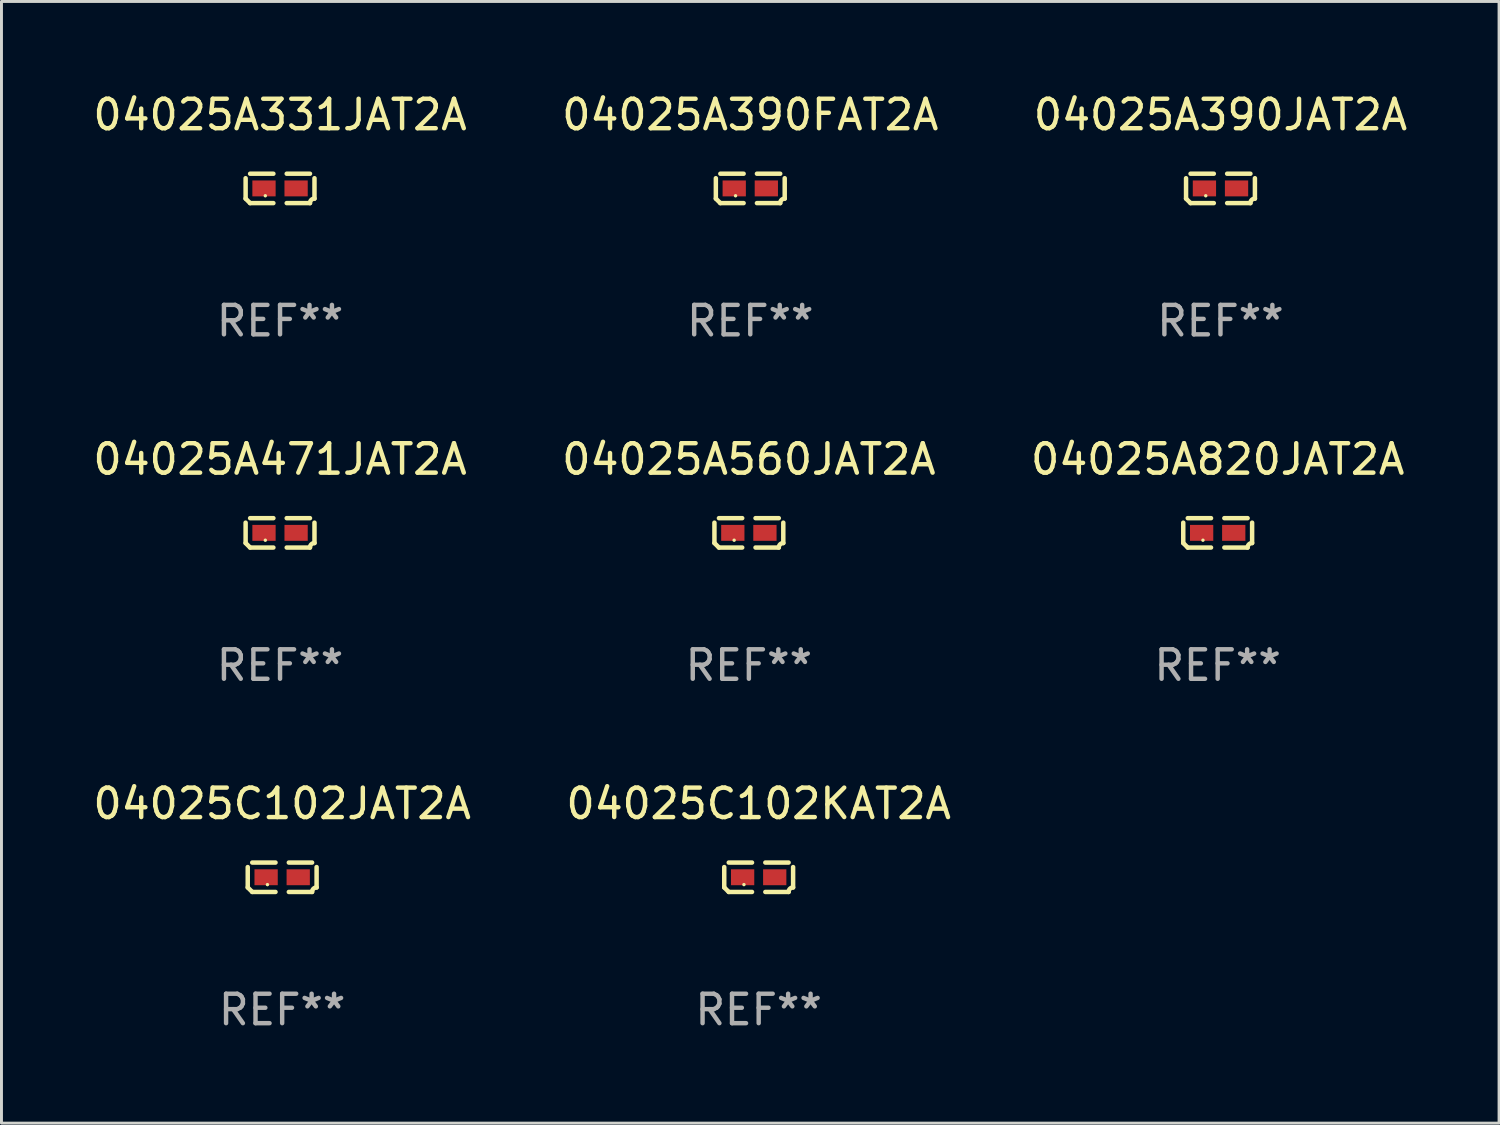
<source format=kicad_pcb>
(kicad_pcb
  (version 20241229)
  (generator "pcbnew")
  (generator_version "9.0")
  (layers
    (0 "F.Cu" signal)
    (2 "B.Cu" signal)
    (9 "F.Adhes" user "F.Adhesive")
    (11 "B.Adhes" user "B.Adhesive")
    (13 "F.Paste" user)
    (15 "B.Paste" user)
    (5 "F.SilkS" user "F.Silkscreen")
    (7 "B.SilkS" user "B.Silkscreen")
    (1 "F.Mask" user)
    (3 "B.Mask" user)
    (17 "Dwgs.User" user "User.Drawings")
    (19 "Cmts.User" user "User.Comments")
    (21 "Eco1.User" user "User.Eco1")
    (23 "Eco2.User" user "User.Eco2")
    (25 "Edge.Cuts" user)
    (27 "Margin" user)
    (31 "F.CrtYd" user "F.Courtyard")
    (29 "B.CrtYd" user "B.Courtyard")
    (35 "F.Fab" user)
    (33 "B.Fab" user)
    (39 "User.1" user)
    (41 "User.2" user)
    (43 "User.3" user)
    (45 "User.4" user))
  (footprint "04025C102JAT2A"
    (layer "F.Cu")
    (at 6.53 26.734)
    (property "Reference" "04025C102JAT2A" (at 0 -2.499 0) (layer "F.SilkS") (effects (font (size 1 1) (thickness 0.15))))
    (attr through_hole)
    (fp_line (start -1.169 0.346) (end -1.169 -0.346) (stroke (width 0.152) (type solid)) (layer "F.SilkS"))
    (fp_line (start -1.016 -0.499) (end -0.226 -0.499) (stroke (width 0.152) (type solid)) (layer "F.SilkS"))
    (fp_line (start -0.226 0.499) (end -1.016 0.499) (stroke (width 0.152) (type solid)) (layer "F.SilkS"))
    (fp_line (start 0.226 0.499) (end 1.016 0.499) (stroke (width 0.152) (type solid)) (layer "F.SilkS"))
    (fp_line (start 1.016 -0.499) (end 0.226 -0.499) (stroke (width 0.152) (type solid)) (layer "F.SilkS"))
    (fp_line (start 1.169 0.346) (end 1.169 -0.346) (stroke (width 0.152) (type solid)) (layer "F.SilkS"))
    (fp_arc (start -1.016307 0.498603) (mid -1.092512 0.422405) (end -1.16871 0.3462) (stroke (width 0.1524) (type solid)) (layer "F.SilkS"))
    (fp_arc (start 1.016307 0.498603) (mid 1.060899 0.390758) (end 1.168707 0.346076) (stroke (width 0.1524) (type solid)) (layer "F.SilkS"))
    (fp_circle (center -0.5 0.25) (end -0.47 0.25) (stroke (width 0.06) (type solid)) (fill no) (layer "F.SilkS"))
    (fp_text user "REF**" (at 0 4.499 0) (layer "F.Fab") (effects (font (size 1 1) (thickness 0.15))))
    (pad "1" smd rect (at -0.545 0) (size 0.79 0.54) (layers "F.Cu" "F.Mask" "F.Paste"))
    (pad "2" smd rect (at 0.545 0) (size 0.79 0.54) (layers "F.Cu" "F.Mask" "F.Paste")))
  (footprint "04025A390JAT2A"
    (layer "F.Cu")
    (at 38.387 3.347)
    (property "Reference" "04025A390JAT2A" (at 0 -2.499 0) (layer "F.SilkS") (effects (font (size 1 1) (thickness 0.15))))
    (attr through_hole)
    (fp_line (start -1.169 0.346) (end -1.169 -0.346) (stroke (width 0.152) (type solid)) (layer "F.SilkS"))
    (fp_line (start -1.016 -0.499) (end -0.226 -0.499) (stroke (width 0.152) (type solid)) (layer "F.SilkS"))
    (fp_line (start -0.226 0.499) (end -1.016 0.499) (stroke (width 0.152) (type solid)) (layer "F.SilkS"))
    (fp_line (start 0.226 0.499) (end 1.016 0.499) (stroke (width 0.152) (type solid)) (layer "F.SilkS"))
    (fp_line (start 1.016 -0.499) (end 0.226 -0.499) (stroke (width 0.152) (type solid)) (layer "F.SilkS"))
    (fp_line (start 1.169 0.346) (end 1.169 -0.346) (stroke (width 0.152) (type solid)) (layer "F.SilkS"))
    (fp_arc (start -1.016307 0.498603) (mid -1.092512 0.422405) (end -1.16871 0.3462) (stroke (width 0.1524) (type solid)) (layer "F.SilkS"))
    (fp_arc (start 1.016307 0.498603) (mid 1.060899 0.390758) (end 1.168707 0.346076) (stroke (width 0.1524) (type solid)) (layer "F.SilkS"))
    (fp_circle (center -0.5 0.25) (end -0.47 0.25) (stroke (width 0.06) (type solid)) (fill no) (layer "F.SilkS"))
    (fp_text user "REF**" (at 0 4.499 0) (layer "F.Fab") (effects (font (size 1 1) (thickness 0.15))))
    (pad "1" smd rect (at -0.545 0) (size 0.79 0.54) (layers "F.Cu" "F.Mask" "F.Paste"))
    (pad "2" smd rect (at 0.545 0) (size 0.79 0.54) (layers "F.Cu" "F.Mask" "F.Paste")))
  (footprint "04025C102KAT2A"
    (layer "F.Cu")
    (at 22.708 26.734)
    (property "Reference" "04025C102KAT2A" (at 0 -2.499 0) (layer "F.SilkS") (effects (font (size 1 1) (thickness 0.15))))
    (attr through_hole)
    (fp_line (start -1.169 0.346) (end -1.169 -0.346) (stroke (width 0.152) (type solid)) (layer "F.SilkS"))
    (fp_line (start -1.016 -0.499) (end -0.226 -0.499) (stroke (width 0.152) (type solid)) (layer "F.SilkS"))
    (fp_line (start -0.226 0.499) (end -1.016 0.499) (stroke (width 0.152) (type solid)) (layer "F.SilkS"))
    (fp_line (start 0.226 0.499) (end 1.016 0.499) (stroke (width 0.152) (type solid)) (layer "F.SilkS"))
    (fp_line (start 1.016 -0.499) (end 0.226 -0.499) (stroke (width 0.152) (type solid)) (layer "F.SilkS"))
    (fp_line (start 1.169 0.346) (end 1.169 -0.346) (stroke (width 0.152) (type solid)) (layer "F.SilkS"))
    (fp_arc (start -1.016307 0.498603) (mid -1.092512 0.422405) (end -1.16871 0.3462) (stroke (width 0.1524) (type solid)) (layer "F.SilkS"))
    (fp_arc (start 1.016307 0.498603) (mid 1.060899 0.390758) (end 1.168707 0.346076) (stroke (width 0.1524) (type solid)) (layer "F.SilkS"))
    (fp_circle (center -0.5 0.25) (end -0.47 0.25) (stroke (width 0.06) (type solid)) (fill no) (layer "F.SilkS"))
    (fp_text user "REF**" (at 0 4.499 0) (layer "F.Fab") (effects (font (size 1 1) (thickness 0.15))))
    (pad "1" smd rect (at -0.545 0) (size 0.79 0.54) (layers "F.Cu" "F.Mask" "F.Paste"))
    (pad "2" smd rect (at 0.545 0) (size 0.79 0.54) (layers "F.Cu" "F.Mask" "F.Paste")))
  (footprint "04025A560JAT2A"
    (layer "F.Cu")
    (at 22.375 15.041)
    (property "Reference" "04025A560JAT2A" (at 0 -2.499 0) (layer "F.SilkS") (effects (font (size 1 1) (thickness 0.15))))
    (attr through_hole)
    (fp_line (start -1.169 0.346) (end -1.169 -0.346) (stroke (width 0.152) (type solid)) (layer "F.SilkS"))
    (fp_line (start -1.016 -0.499) (end -0.226 -0.499) (stroke (width 0.152) (type solid)) (layer "F.SilkS"))
    (fp_line (start -0.226 0.499) (end -1.016 0.499) (stroke (width 0.152) (type solid)) (layer "F.SilkS"))
    (fp_line (start 0.226 0.499) (end 1.016 0.499) (stroke (width 0.152) (type solid)) (layer "F.SilkS"))
    (fp_line (start 1.016 -0.499) (end 0.226 -0.499) (stroke (width 0.152) (type solid)) (layer "F.SilkS"))
    (fp_line (start 1.169 0.346) (end 1.169 -0.346) (stroke (width 0.152) (type solid)) (layer "F.SilkS"))
    (fp_arc (start -1.016307 0.498603) (mid -1.092512 0.422405) (end -1.16871 0.3462) (stroke (width 0.1524) (type solid)) (layer "F.SilkS"))
    (fp_arc (start 1.016307 0.498603) (mid 1.060899 0.390758) (end 1.168707 0.346076) (stroke (width 0.1524) (type solid)) (layer "F.SilkS"))
    (fp_circle (center -0.5 0.25) (end -0.47 0.25) (stroke (width 0.06) (type solid)) (fill no) (layer "F.SilkS"))
    (fp_text user "REF**" (at 0 4.499 0) (layer "F.Fab") (effects (font (size 1 1) (thickness 0.15))))
    (pad "1" smd rect (at -0.545 0) (size 0.79 0.54) (layers "F.Cu" "F.Mask" "F.Paste"))
    (pad "2" smd rect (at 0.545 0) (size 0.79 0.54) (layers "F.Cu" "F.Mask" "F.Paste")))
  (footprint "04025A820JAT2A"
    (layer "F.Cu")
    (at 38.292 15.041)
    (property "Reference" "04025A820JAT2A" (at 0 -2.499 0) (layer "F.SilkS") (effects (font (size 1 1) (thickness 0.15))))
    (attr through_hole)
    (fp_line (start -1.169 0.346) (end -1.169 -0.346) (stroke (width 0.152) (type solid)) (layer "F.SilkS"))
    (fp_line (start -1.016 -0.499) (end -0.226 -0.499) (stroke (width 0.152) (type solid)) (layer "F.SilkS"))
    (fp_line (start -0.226 0.499) (end -1.016 0.499) (stroke (width 0.152) (type solid)) (layer "F.SilkS"))
    (fp_line (start 0.226 0.499) (end 1.016 0.499) (stroke (width 0.152) (type solid)) (layer "F.SilkS"))
    (fp_line (start 1.016 -0.499) (end 0.226 -0.499) (stroke (width 0.152) (type solid)) (layer "F.SilkS"))
    (fp_line (start 1.169 0.346) (end 1.169 -0.346) (stroke (width 0.152) (type solid)) (layer "F.SilkS"))
    (fp_arc (start -1.016307 0.498603) (mid -1.092512 0.422405) (end -1.16871 0.3462) (stroke (width 0.1524) (type solid)) (layer "F.SilkS"))
    (fp_arc (start 1.016307 0.498603) (mid 1.060899 0.390758) (end 1.168707 0.346076) (stroke (width 0.1524) (type solid)) (layer "F.SilkS"))
    (fp_circle (center -0.5 0.25) (end -0.47 0.25) (stroke (width 0.06) (type solid)) (fill no) (layer "F.SilkS"))
    (fp_text user "REF**" (at 0 4.499 0) (layer "F.Fab") (effects (font (size 1 1) (thickness 0.15))))
    (pad "1" smd rect (at -0.545 0) (size 0.79 0.54) (layers "F.Cu" "F.Mask" "F.Paste"))
    (pad "2" smd rect (at 0.545 0) (size 0.79 0.54) (layers "F.Cu" "F.Mask" "F.Paste")))
  (footprint "04025A331JAT2A"
    (layer "F.Cu")
    (at 6.458 3.347)
    (property "Reference" "04025A331JAT2A" (at 0 -2.499 0) (layer "F.SilkS") (effects (font (size 1 1) (thickness 0.15))))
    (attr through_hole)
    (fp_line (start -1.169 0.346) (end -1.169 -0.346) (stroke (width 0.152) (type solid)) (layer "F.SilkS"))
    (fp_line (start -1.016 -0.499) (end -0.226 -0.499) (stroke (width 0.152) (type solid)) (layer "F.SilkS"))
    (fp_line (start -0.226 0.499) (end -1.016 0.499) (stroke (width 0.152) (type solid)) (layer "F.SilkS"))
    (fp_line (start 0.226 0.499) (end 1.016 0.499) (stroke (width 0.152) (type solid)) (layer "F.SilkS"))
    (fp_line (start 1.016 -0.499) (end 0.226 -0.499) (stroke (width 0.152) (type solid)) (layer "F.SilkS"))
    (fp_line (start 1.169 0.346) (end 1.169 -0.346) (stroke (width 0.152) (type solid)) (layer "F.SilkS"))
    (fp_arc (start -1.016307 0.498603) (mid -1.092512 0.422405) (end -1.16871 0.3462) (stroke (width 0.1524) (type solid)) (layer "F.SilkS"))
    (fp_arc (start 1.016307 0.498603) (mid 1.060899 0.390758) (end 1.168707 0.346076) (stroke (width 0.1524) (type solid)) (layer "F.SilkS"))
    (fp_circle (center -0.5 0.25) (end -0.47 0.25) (stroke (width 0.06) (type solid)) (fill no) (layer "F.SilkS"))
    (fp_text user "REF**" (at 0 4.499 0) (layer "F.Fab") (effects (font (size 1 1) (thickness 0.15))))
    (pad "1" smd rect (at -0.545 0) (size 0.79 0.54) (layers "F.Cu" "F.Mask" "F.Paste"))
    (pad "2" smd rect (at 0.545 0) (size 0.79 0.54) (layers "F.Cu" "F.Mask" "F.Paste")))
  (footprint "04025A471JAT2A"
    (layer "F.Cu")
    (at 6.458 15.041)
    (property "Reference" "04025A471JAT2A" (at 0 -2.499 0) (layer "F.SilkS") (effects (font (size 1 1) (thickness 0.15))))
    (attr through_hole)
    (fp_line (start -1.169 0.346) (end -1.169 -0.346) (stroke (width 0.152) (type solid)) (layer "F.SilkS"))
    (fp_line (start -1.016 -0.499) (end -0.226 -0.499) (stroke (width 0.152) (type solid)) (layer "F.SilkS"))
    (fp_line (start -0.226 0.499) (end -1.016 0.499) (stroke (width 0.152) (type solid)) (layer "F.SilkS"))
    (fp_line (start 0.226 0.499) (end 1.016 0.499) (stroke (width 0.152) (type solid)) (layer "F.SilkS"))
    (fp_line (start 1.016 -0.499) (end 0.226 -0.499) (stroke (width 0.152) (type solid)) (layer "F.SilkS"))
    (fp_line (start 1.169 0.346) (end 1.169 -0.346) (stroke (width 0.152) (type solid)) (layer "F.SilkS"))
    (fp_arc (start -1.016307 0.498603) (mid -1.092512 0.422405) (end -1.16871 0.3462) (stroke (width 0.1524) (type solid)) (layer "F.SilkS"))
    (fp_arc (start 1.016307 0.498603) (mid 1.060899 0.390758) (end 1.168707 0.346076) (stroke (width 0.1524) (type solid)) (layer "F.SilkS"))
    (fp_circle (center -0.5 0.25) (end -0.47 0.25) (stroke (width 0.06) (type solid)) (fill no) (layer "F.SilkS"))
    (fp_text user "REF**" (at 0 4.499 0) (layer "F.Fab") (effects (font (size 1 1) (thickness 0.15))))
    (pad "1" smd rect (at -0.545 0) (size 0.79 0.54) (layers "F.Cu" "F.Mask" "F.Paste"))
    (pad "2" smd rect (at 0.545 0) (size 0.79 0.54) (layers "F.Cu" "F.Mask" "F.Paste")))
  (footprint "04025A390FAT2A"
    (layer "F.Cu")
    (at 22.423 3.347)
    (property "Reference" "04025A390FAT2A" (at 0 -2.499 0) (layer "F.SilkS") (effects (font (size 1 1) (thickness 0.15))))
    (attr through_hole)
    (fp_line (start -1.169 0.346) (end -1.169 -0.346) (stroke (width 0.152) (type solid)) (layer "F.SilkS"))
    (fp_line (start -1.016 -0.499) (end -0.226 -0.499) (stroke (width 0.152) (type solid)) (layer "F.SilkS"))
    (fp_line (start -0.226 0.499) (end -1.016 0.499) (stroke (width 0.152) (type solid)) (layer "F.SilkS"))
    (fp_line (start 0.226 0.499) (end 1.016 0.499) (stroke (width 0.152) (type solid)) (layer "F.SilkS"))
    (fp_line (start 1.016 -0.499) (end 0.226 -0.499) (stroke (width 0.152) (type solid)) (layer "F.SilkS"))
    (fp_line (start 1.169 0.346) (end 1.169 -0.346) (stroke (width 0.152) (type solid)) (layer "F.SilkS"))
    (fp_arc (start -1.016307 0.498603) (mid -1.092512 0.422405) (end -1.16871 0.3462) (stroke (width 0.1524) (type solid)) (layer "F.SilkS"))
    (fp_arc (start 1.016307 0.498603) (mid 1.060899 0.390758) (end 1.168707 0.346076) (stroke (width 0.1524) (type solid)) (layer "F.SilkS"))
    (fp_circle (center -0.5 0.25) (end -0.47 0.25) (stroke (width 0.06) (type solid)) (fill no) (layer "F.SilkS"))
    (fp_text user "REF**" (at 0 4.499 0) (layer "F.Fab") (effects (font (size 1 1) (thickness 0.15))))
    (pad "1" smd rect (at -0.545 0) (size 0.79 0.54) (layers "F.Cu" "F.Mask" "F.Paste"))
    (pad "2" smd rect (at 0.545 0) (size 0.79 0.54) (layers "F.Cu" "F.Mask" "F.Paste")))
  (gr_rect
    (start -3 -3)
    (end 47.845 35.081)
    (stroke (width 0.1) (type default))
    (fill no)
    (layer "Edge.Cuts")))
</source>
